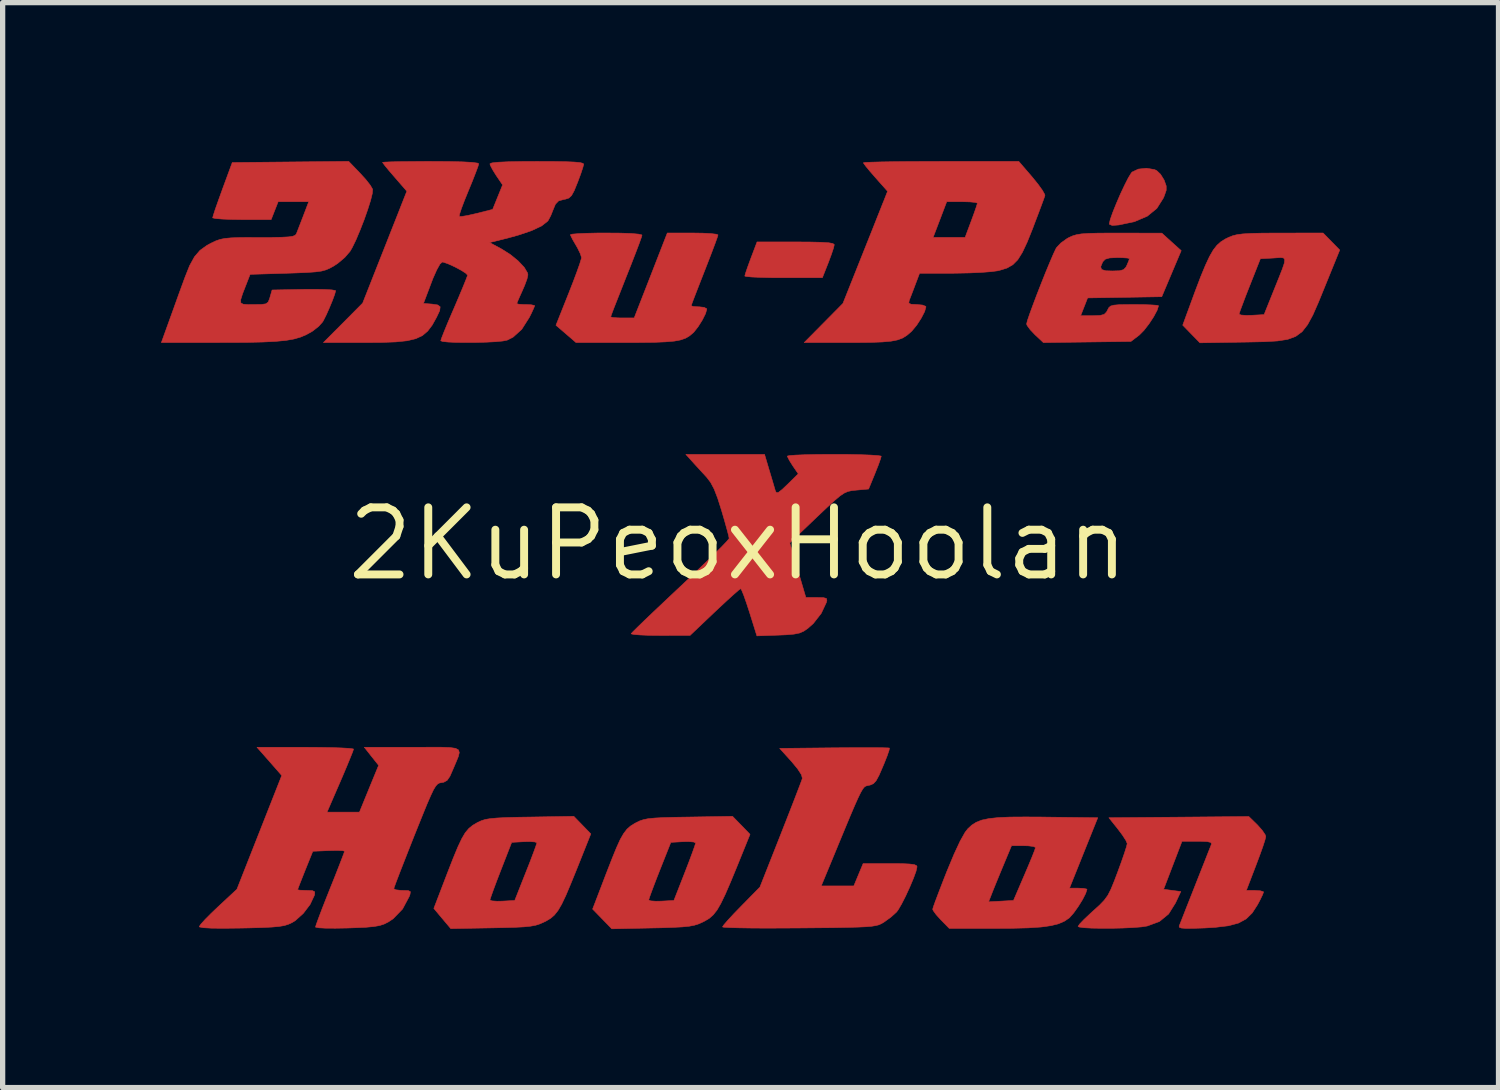
<source format=kicad_pcb>
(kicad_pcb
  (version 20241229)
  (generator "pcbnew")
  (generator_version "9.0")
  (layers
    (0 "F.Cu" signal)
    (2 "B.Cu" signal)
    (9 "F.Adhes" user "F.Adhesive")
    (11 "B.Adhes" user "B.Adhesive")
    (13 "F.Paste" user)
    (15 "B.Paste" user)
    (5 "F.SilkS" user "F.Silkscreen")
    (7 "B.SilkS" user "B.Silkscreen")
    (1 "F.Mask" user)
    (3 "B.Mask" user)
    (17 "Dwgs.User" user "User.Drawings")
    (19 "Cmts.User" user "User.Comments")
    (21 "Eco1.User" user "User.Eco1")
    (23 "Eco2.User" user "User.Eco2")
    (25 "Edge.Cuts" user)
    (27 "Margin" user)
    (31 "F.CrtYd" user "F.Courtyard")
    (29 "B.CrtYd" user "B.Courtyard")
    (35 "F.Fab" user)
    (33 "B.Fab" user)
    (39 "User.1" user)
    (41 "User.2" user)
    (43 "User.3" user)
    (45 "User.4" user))
  (footprint "2KuPeoxHoolan"
    (layer "F.Cu")
    (at 10.924 7.245)
    (property "Reference" "2KuPeoxHoolan" (at 0 0 0) (layer "F.SilkS") (effects (font (size 1.27 1.27) (thickness 0.15))))
    (attr through_hole)
    (fp_poly (pts (xy 1.371 -5.713) (xy 1.577 -5.708) (xy 1.715 -5.699) (xy 1.793 -5.685) (xy 1.82 -5.665) (xy 1.82 -5.663) (xy 1.806 -5.6) (xy 1.767 -5.483) (xy 1.713 -5.337) (xy 1.708 -5.324) (xy 1.595 -5.038) (xy 0.861 -5.038) (xy 0.622 -5.039) (xy 0.416 -5.044) (xy 0.256 -5.051) (xy 0.155 -5.061) (xy 0.126 -5.069) (xy 0.14 -5.122) (xy 0.177 -5.231) (xy 0.23 -5.376) (xy 0.242 -5.408) (xy 0.358 -5.715) (xy 1.089 -5.715) (xy 1.371 -5.713)) (stroke (width 0.01) (type solid)) (fill yes) (layer "F.Cu"))
    (fp_poly (pts (xy 7.881 -7.085) (xy 7.923 -7.066) (xy 7.996 -6.997) (xy 8.063 -6.889) (xy 8.069 -6.874) (xy 8.104 -6.775) (xy 8.104 -6.692) (xy 8.067 -6.585) (xy 8.05 -6.545) (xy 7.927 -6.35) (xy 7.747 -6.203) (xy 7.504 -6.099) (xy 7.207 -6.036) (xy 7.083 -6.027) (xy 7.03 -6.048) (xy 7.027 -6.061) (xy 7.045 -6.14) (xy 7.092 -6.274) (xy 7.159 -6.44) (xy 7.236 -6.619) (xy 7.316 -6.789) (xy 7.387 -6.929) (xy 7.443 -7.02) (xy 7.458 -7.038) (xy 7.577 -7.094) (xy 7.731 -7.11) (xy 7.881 -7.085)) (stroke (width 0.01) (type solid)) (fill yes) (layer "F.Cu"))
    (fp_poly (pts (xy 11.232 -5.723) (xy 11.389 -5.562) (xy 11.116 -4.891) (xy 10.988 -4.577) (xy 10.881 -4.333) (xy 10.781 -4.149) (xy 10.677 -4.016) (xy 10.555 -3.926) (xy 10.403 -3.87) (xy 10.209 -3.84) (xy 9.959 -3.826) (xy 9.64 -3.819) (xy 9.567 -3.818) (xy 8.742 -3.805) (xy 8.579 -3.972) (xy 8.417 -4.139) (xy 8.493 -4.348) (xy 9.484 -4.348) (xy 9.521 -4.331) (xy 9.62 -4.324) (xy 9.72 -4.326) (xy 9.957 -4.339) (xy 10.143 -4.802) (xy 10.238 -5.038) (xy 10.304 -5.206) (xy 10.341 -5.316) (xy 10.348 -5.381) (xy 10.325 -5.412) (xy 10.272 -5.419) (xy 10.189 -5.414) (xy 10.133 -5.41) (xy 9.887 -5.397) (xy 9.686 -4.889) (xy 9.61 -4.696) (xy 9.548 -4.531) (xy 9.503 -4.411) (xy 9.484 -4.35) (xy 9.484 -4.348) (xy 8.493 -4.348) (xy 8.523 -4.429) (xy 8.651 -4.778) (xy 8.757 -5.057) (xy 8.847 -5.274) (xy 8.924 -5.439) (xy 8.995 -5.562) (xy 9.065 -5.652) (xy 9.139 -5.718) (xy 9.222 -5.77) (xy 9.292 -5.804) (xy 9.363 -5.832) (xy 9.447 -5.853) (xy 9.556 -5.867) (xy 9.706 -5.876) (xy 9.908 -5.881) (xy 10.178 -5.883) (xy 10.268 -5.883) (xy 11.074 -5.884) (xy 11.232 -5.723)) (stroke (width 0.01) (type solid)) (fill yes) (layer "F.Cu"))
    (fp_poly (pts (xy 0.06 5.329) (xy 0.225 5.5) (xy -0.02 6.105) (xy -0.143 6.403) (xy -0.243 6.634) (xy -0.326 6.806) (xy -0.399 6.933) (xy -0.47 7.023) (xy -0.544 7.089) (xy -0.629 7.14) (xy -0.666 7.159) (xy -0.746 7.195) (xy -0.828 7.221) (xy -0.927 7.24) (xy -1.058 7.253) (xy -1.236 7.262) (xy -1.476 7.27) (xy -1.63 7.273) (xy -2.392 7.289) (xy -2.755 6.915) (xy -2.689 6.744) (xy -1.693 6.744) (xy -1.655 6.76) (xy -1.556 6.767) (xy -1.455 6.765) (xy -1.216 6.752) (xy -1.01 6.226) (xy -0.934 6.029) (xy -0.871 5.86) (xy -0.826 5.734) (xy -0.805 5.668) (xy -0.804 5.663) (xy -0.843 5.645) (xy -0.941 5.637) (xy -1.039 5.639) (xy -1.274 5.652) (xy -1.484 6.181) (xy -1.561 6.378) (xy -1.625 6.547) (xy -1.671 6.672) (xy -1.692 6.739) (xy -1.693 6.744) (xy -2.689 6.744) (xy -2.501 6.252) (xy -2.391 5.97) (xy -2.304 5.756) (xy -2.232 5.597) (xy -2.167 5.484) (xy -2.105 5.403) (xy -2.037 5.343) (xy -1.957 5.293) (xy -1.93 5.279) (xy -1.863 5.246) (xy -1.792 5.222) (xy -1.703 5.204) (xy -1.582 5.192) (xy -1.415 5.183) (xy -1.189 5.177) (xy -0.931 5.173) (xy -0.106 5.159) (xy 0.06 5.329)) (stroke (width 0.01) (type solid)) (fill yes) (layer "F.Cu"))
    (fp_poly (pts (xy -2.95 5.325) (xy -2.789 5.491) (xy -3.049 6.143) (xy -3.167 6.433) (xy -3.261 6.656) (xy -3.34 6.822) (xy -3.41 6.942) (xy -3.478 7.028) (xy -3.55 7.09) (xy -3.635 7.141) (xy -3.674 7.16) (xy -3.752 7.195) (xy -3.832 7.221) (xy -3.929 7.239) (xy -4.056 7.252) (xy -4.23 7.261) (xy -4.464 7.267) (xy -4.657 7.271) (xy -5.44 7.285) (xy -5.601 7.094) (xy -5.761 6.903) (xy -5.7 6.744) (xy -4.699 6.744) (xy -4.661 6.76) (xy -4.562 6.767) (xy -4.464 6.765) (xy -4.229 6.752) (xy -4.02 6.223) (xy -3.942 6.026) (xy -3.878 5.857) (xy -3.832 5.731) (xy -3.811 5.665) (xy -3.81 5.66) (xy -3.848 5.644) (xy -3.947 5.637) (xy -4.048 5.639) (xy -4.287 5.652) (xy -4.493 6.181) (xy -4.569 6.378) (xy -4.632 6.547) (xy -4.677 6.673) (xy -4.698 6.739) (xy -4.699 6.744) (xy -5.7 6.744) (xy -5.505 6.235) (xy -5.395 5.954) (xy -5.307 5.741) (xy -5.233 5.584) (xy -5.167 5.471) (xy -5.1 5.391) (xy -5.026 5.33) (xy -4.938 5.278) (xy -4.929 5.273) (xy -4.863 5.243) (xy -4.789 5.219) (xy -4.694 5.203) (xy -4.564 5.191) (xy -4.385 5.182) (xy -4.145 5.176) (xy -3.937 5.173) (xy -3.111 5.159) (xy -2.95 5.325)) (stroke (width 0.01) (type solid)) (fill yes) (layer "F.Cu"))
    (fp_poly (pts (xy 5.805 5.173) (xy 5.827 5.174) (xy 6.808 5.186) (xy 6.54 5.853) (xy 6.273 6.519) (xy 6.438 6.519) (xy 6.543 6.524) (xy 6.6 6.537) (xy 6.604 6.542) (xy 6.58 6.618) (xy 6.52 6.736) (xy 6.438 6.868) (xy 6.351 6.99) (xy 6.276 7.075) (xy 6.269 7.082) (xy 6.178 7.144) (xy 6.066 7.193) (xy 5.922 7.229) (xy 5.734 7.255) (xy 5.493 7.271) (xy 5.187 7.279) (xy 4.854 7.281) (xy 3.997 7.281) (xy 3.84 7.121) (xy 3.751 7.023) (xy 3.695 6.946) (xy 3.683 6.918) (xy 3.698 6.867) (xy 3.73 6.778) (xy 4.741 6.778) (xy 4.977 6.765) (xy 5.213 6.752) (xy 5.421 6.268) (xy 5.501 6.08) (xy 5.567 5.921) (xy 5.612 5.806) (xy 5.63 5.75) (xy 5.63 5.749) (xy 5.592 5.73) (xy 5.494 5.718) (xy 5.403 5.715) (xy 5.176 5.715) (xy 5.04 6.041) (xy 4.963 6.226) (xy 4.887 6.411) (xy 4.827 6.559) (xy 4.822 6.572) (xy 4.741 6.778) (xy 3.73 6.778) (xy 3.74 6.751) (xy 3.803 6.584) (xy 3.882 6.379) (xy 3.952 6.201) (xy 4.088 5.875) (xy 4.203 5.628) (xy 4.297 5.461) (xy 4.349 5.394) (xy 4.424 5.325) (xy 4.509 5.271) (xy 4.614 5.23) (xy 4.748 5.202) (xy 4.924 5.183) (xy 5.151 5.173) (xy 5.441 5.171) (xy 5.805 5.173)) (stroke (width 0.01) (type solid)) (fill yes) (layer "F.Cu"))
    (fp_poly (pts (xy 7.227 -5.883) (xy 8.022 -5.881) (xy 8.205 -5.715) (xy 8.388 -5.55) (xy 8.02 -4.678) (xy 7.318 -4.666) (xy 6.616 -4.655) (xy 6.55 -4.486) (xy 6.484 -4.318) (xy 6.714 -4.318) (xy 6.851 -4.323) (xy 6.929 -4.343) (xy 6.974 -4.388) (xy 6.993 -4.424) (xy 7.017 -4.47) (xy 7.052 -4.501) (xy 7.112 -4.518) (xy 7.215 -4.527) (xy 7.376 -4.529) (xy 7.5 -4.53) (xy 7.685 -4.528) (xy 7.835 -4.522) (xy 7.931 -4.515) (xy 7.959 -4.507) (xy 7.933 -4.423) (xy 7.868 -4.301) (xy 7.779 -4.165) (xy 7.683 -4.041) (xy 7.597 -3.954) (xy 7.592 -3.95) (xy 7.436 -3.831) (xy 6.607 -3.82) (xy 5.779 -3.809) (xy 5.62 -3.958) (xy 5.529 -4.054) (xy 5.471 -4.133) (xy 5.461 -4.162) (xy 5.476 -4.224) (xy 5.518 -4.348) (xy 5.58 -4.517) (xy 5.655 -4.716) (xy 5.738 -4.928) (xy 5.821 -5.137) (xy 5.866 -5.245) (xy 6.864 -5.245) (xy 6.88 -5.193) (xy 6.96 -5.169) (xy 7.084 -5.165) (xy 7.219 -5.169) (xy 7.296 -5.19) (xy 7.341 -5.237) (xy 7.359 -5.272) (xy 7.395 -5.357) (xy 7.408 -5.399) (xy 7.37 -5.41) (xy 7.271 -5.417) (xy 7.177 -5.419) (xy 7.033 -5.412) (xy 6.95 -5.388) (xy 6.904 -5.34) (xy 6.902 -5.337) (xy 6.864 -5.245) (xy 5.866 -5.245) (xy 5.9 -5.327) (xy 5.966 -5.481) (xy 6.014 -5.584) (xy 6.029 -5.609) (xy 6.11 -5.695) (xy 6.229 -5.78) (xy 6.264 -5.799) (xy 6.331 -5.829) (xy 6.404 -5.851) (xy 6.498 -5.867) (xy 6.626 -5.876) (xy 6.802 -5.881) (xy 7.04 -5.883) (xy 7.227 -5.883)) (stroke (width 0.01) (type solid)) (fill yes) (layer "F.Cu"))
    (fp_poly (pts (xy -0.671 -5.881) (xy -0.516 -5.873) (xy -0.414 -5.861) (xy -0.381 -5.848) (xy -0.396 -5.798) (xy -0.437 -5.684) (xy -0.499 -5.519) (xy -0.577 -5.317) (xy -0.635 -5.168) (xy -0.72 -4.951) (xy -0.793 -4.763) (xy -0.849 -4.618) (xy -0.882 -4.528) (xy -0.889 -4.506) (xy -0.852 -4.494) (xy -0.76 -4.487) (xy -0.741 -4.487) (xy -0.643 -4.476) (xy -0.594 -4.449) (xy -0.593 -4.443) (xy -0.617 -4.358) (xy -0.677 -4.238) (xy -0.756 -4.112) (xy -0.836 -4.01) (xy -0.853 -3.993) (xy -0.921 -3.936) (xy -0.996 -3.892) (xy -1.088 -3.86) (xy -1.21 -3.837) (xy -1.374 -3.823) (xy -1.59 -3.814) (xy -1.871 -3.811) (xy -2.13 -3.81) (xy -3.069 -3.81) (xy -3.259 -3.974) (xy -3.449 -4.137) (xy -3.206 -4.747) (xy -3.122 -4.962) (xy -3.051 -5.152) (xy -2.998 -5.302) (xy -2.969 -5.397) (xy -2.965 -5.419) (xy -2.987 -5.491) (xy -3.04 -5.6) (xy -3.07 -5.652) (xy -3.132 -5.758) (xy -3.17 -5.835) (xy -3.175 -5.853) (xy -3.135 -5.863) (xy -3.024 -5.872) (xy -2.858 -5.879) (xy -2.649 -5.884) (xy -2.498 -5.884) (xy -2.233 -5.882) (xy -2.027 -5.875) (xy -1.888 -5.863) (xy -1.824 -5.848) (xy -1.82 -5.843) (xy -1.835 -5.792) (xy -1.877 -5.675) (xy -1.941 -5.507) (xy -2.022 -5.298) (xy -2.115 -5.064) (xy -2.117 -5.059) (xy -2.209 -4.825) (xy -2.29 -4.62) (xy -2.355 -4.455) (xy -2.397 -4.343) (xy -2.413 -4.297) (xy -2.413 -4.296) (xy -2.375 -4.285) (xy -2.277 -4.277) (xy -2.19 -4.276) (xy -1.968 -4.276) (xy -1.654 -5.08) (xy -1.341 -5.884) (xy -0.861 -5.884) (xy -0.671 -5.881)) (stroke (width 0.01) (type solid)) (fill yes) (layer "F.Cu"))
    (fp_poly (pts (xy 2.577 3.859) (xy 2.741 3.861) (xy 2.84 3.864) (xy 2.865 3.867) (xy 2.857 3.91) (xy 2.822 4.012) (xy 2.766 4.154) (xy 2.74 4.216) (xy 2.668 4.382) (xy 2.612 4.485) (xy 2.56 4.541) (xy 2.5 4.567) (xy 2.478 4.572) (xy 2.445 4.578) (xy 2.416 4.587) (xy 2.387 4.607) (xy 2.356 4.647) (xy 2.318 4.713) (xy 2.269 4.814) (xy 2.205 4.957) (xy 2.123 5.149) (xy 2.019 5.399) (xy 1.889 5.713) (xy 1.779 5.98) (xy 1.573 6.477) (xy 2.19 6.477) (xy 2.278 6.265) (xy 2.366 6.054) (xy 2.876 6.054) (xy 3.098 6.055) (xy 3.247 6.062) (xy 3.337 6.074) (xy 3.379 6.094) (xy 3.387 6.114) (xy 3.368 6.198) (xy 3.319 6.333) (xy 3.25 6.497) (xy 3.172 6.667) (xy 3.094 6.82) (xy 3.027 6.934) (xy 2.997 6.973) (xy 2.895 7.065) (xy 2.77 7.156) (xy 2.752 7.168) (xy 2.71 7.192) (xy 2.664 7.213) (xy 2.605 7.228) (xy 2.525 7.241) (xy 2.414 7.25) (xy 2.263 7.257) (xy 2.062 7.262) (xy 1.802 7.267) (xy 1.475 7.27) (xy 1.154 7.273) (xy 0.813 7.275) (xy 0.5 7.276) (xy 0.226 7.274) (xy 0.000131 7.27) (xy -0.169 7.265) (xy -0.27 7.259) (xy -0.296 7.253) (xy -0.268 7.211) (xy -0.192 7.123) (xy -0.079 7.001) (xy 0.059 6.859) (xy 0.413 6.498) (xy 0.806 5.503) (xy 0.914 5.228) (xy 1.012 4.977) (xy 1.096 4.76) (xy 1.161 4.59) (xy 1.203 4.479) (xy 1.216 4.439) (xy 1.198 4.371) (xy 1.125 4.259) (xy 1.011 4.121) (xy 0.786 3.873) (xy 1.817 3.862) (xy 2.104 3.86) (xy 2.361 3.859) (xy 2.577 3.859)) (stroke (width 0.01) (type solid)) (fill yes) (layer "F.Cu"))
    (fp_poly (pts (xy 9.83 5.321) (xy 9.92 5.422) (xy 9.978 5.508) (xy 9.989 5.544) (xy 9.974 5.607) (xy 9.934 5.731) (xy 9.874 5.898) (xy 9.804 6.085) (xy 9.621 6.562) (xy 9.784 6.562) (xy 9.888 6.569) (xy 9.944 6.587) (xy 9.947 6.593) (xy 9.928 6.645) (xy 9.879 6.746) (xy 9.831 6.836) (xy 9.732 6.989) (xy 9.618 7.101) (xy 9.473 7.18) (xy 9.283 7.231) (xy 9.033 7.261) (xy 8.835 7.273) (xy 8.618 7.28) (xy 8.473 7.281) (xy 8.388 7.274) (xy 8.351 7.258) (xy 8.35 7.235) (xy 8.373 7.178) (xy 8.421 7.056) (xy 8.489 6.882) (xy 8.572 6.672) (xy 8.657 6.456) (xy 8.749 6.223) (xy 8.831 6.016) (xy 8.897 5.847) (xy 8.943 5.732) (xy 8.962 5.683) (xy 8.951 5.654) (xy 8.879 5.637) (xy 8.737 5.631) (xy 8.693 5.631) (xy 8.403 5.632) (xy 8.229 6.086) (xy 8.055 6.54) (xy 8.218 6.562) (xy 8.381 6.583) (xy 8.28 6.799) (xy 8.149 7.009) (xy 7.975 7.151) (xy 7.744 7.236) (xy 7.743 7.236) (xy 7.633 7.253) (xy 7.475 7.265) (xy 7.284 7.274) (xy 7.079 7.279) (xy 6.876 7.279) (xy 6.693 7.276) (xy 6.548 7.268) (xy 6.457 7.255) (xy 6.435 7.243) (xy 6.464 7.2) (xy 6.544 7.116) (xy 6.659 7.007) (xy 6.72 6.951) (xy 6.843 6.84) (xy 6.931 6.748) (xy 6.999 6.655) (xy 7.058 6.539) (xy 7.123 6.38) (xy 7.186 6.213) (xy 7.256 6.022) (xy 7.313 5.857) (xy 7.352 5.735) (xy 7.366 5.676) (xy 7.366 5.675) (xy 7.341 5.616) (xy 7.276 5.515) (xy 7.193 5.404) (xy 7.019 5.186) (xy 8.344 5.175) (xy 9.668 5.163) (xy 9.83 5.321)) (stroke (width 0.01) (type solid)) (fill yes) (layer "F.Cu"))
    (fp_poly (pts (xy 5.313 -7.239) (xy 5.567 -6.944) (xy 5.677 -6.808) (xy 5.76 -6.693) (xy 5.804 -6.614) (xy 5.808 -6.594) (xy 5.789 -6.537) (xy 5.745 -6.417) (xy 5.682 -6.249) (xy 5.606 -6.05) (xy 5.579 -5.977) (xy 5.473 -5.713) (xy 5.381 -5.517) (xy 5.294 -5.378) (xy 5.201 -5.284) (xy 5.091 -5.221) (xy 4.956 -5.179) (xy 4.91 -5.168) (xy 4.789 -5.152) (xy 4.605 -5.138) (xy 4.382 -5.128) (xy 4.14 -5.123) (xy 4.065 -5.122) (xy 3.435 -5.122) (xy 3.351 -4.9) (xy 3.299 -4.762) (xy 3.255 -4.649) (xy 3.238 -4.604) (xy 3.231 -4.557) (xy 3.273 -4.535) (xy 3.38 -4.53) (xy 3.382 -4.53) (xy 3.49 -4.52) (xy 3.551 -4.496) (xy 3.556 -4.486) (xy 3.531 -4.397) (xy 3.467 -4.273) (xy 3.382 -4.141) (xy 3.291 -4.031) (xy 3.274 -4.014) (xy 3.197 -3.948) (xy 3.117 -3.897) (xy 3.021 -3.861) (xy 2.896 -3.836) (xy 2.73 -3.821) (xy 2.51 -3.813) (xy 2.222 -3.81) (xy 2.083 -3.81) (xy 1.251 -3.81) (xy 1.617 -4.18) (xy 1.984 -4.551) (xy 2.33 -5.419) (xy 2.436 -5.685) (xy 2.482 -5.8) (xy 3.691 -5.8) (xy 4.297 -5.801) (xy 4.413 -6.111) (xy 4.468 -6.261) (xy 4.509 -6.379) (xy 4.529 -6.444) (xy 4.53 -6.449) (xy 4.491 -6.463) (xy 4.389 -6.473) (xy 4.246 -6.477) (xy 4.239 -6.477) (xy 3.949 -6.477) (xy 3.82 -6.138) (xy 3.691 -5.8) (xy 2.482 -5.8) (xy 2.537 -5.937) (xy 2.625 -6.16) (xy 2.696 -6.338) (xy 2.743 -6.457) (xy 2.753 -6.48) (xy 2.829 -6.674) (xy 2.6 -6.932) (xy 2.494 -7.054) (xy 2.414 -7.151) (xy 2.373 -7.208) (xy 2.371 -7.214) (xy 2.411 -7.22) (xy 2.527 -7.225) (xy 2.708 -7.23) (xy 2.945 -7.234) (xy 3.229 -7.237) (xy 3.549 -7.238) (xy 3.842 -7.239) (xy 5.313 -7.239)) (stroke (width 0.01) (type solid)) (fill yes) (layer "F.Cu"))
    (fp_poly (pts (xy 0.591 -1.386) (xy 0.639 -1.226) (xy 0.679 -1.09) (xy 0.704 -1.005) (xy 0.705 -1.001) (xy 0.725 -0.967) (xy 0.764 -0.974) (xy 0.835 -1.03) (xy 0.933 -1.123) (xy 1.138 -1.325) (xy 1.034 -1.477) (xy 0.971 -1.577) (xy 0.935 -1.648) (xy 0.931 -1.661) (xy 0.972 -1.67) (xy 1.084 -1.679) (xy 1.257 -1.686) (xy 1.477 -1.691) (xy 1.732 -1.693) (xy 1.82 -1.693) (xy 2.084 -1.692) (xy 2.317 -1.687) (xy 2.506 -1.68) (xy 2.64 -1.671) (xy 2.705 -1.661) (xy 2.709 -1.657) (xy 2.694 -1.603) (xy 2.655 -1.493) (xy 2.598 -1.35) (xy 2.59 -1.329) (xy 2.47 -1.037) (xy 2.237 -1.016) (xy 2.149 -1.007) (xy 2.076 -0.99) (xy 2.006 -0.959) (xy 1.925 -0.904) (xy 1.821 -0.816) (xy 1.681 -0.687) (xy 1.492 -0.508) (xy 1.49 -0.506) (xy 0.978 -0.017) (xy 1.13 0.5) (xy 1.282 1.016) (xy 1.49 1.016) (xy 1.614 1.019) (xy 1.671 1.034) (xy 1.68 1.071) (xy 1.67 1.111) (xy 1.574 1.316) (xy 1.424 1.508) (xy 1.322 1.599) (xy 1.243 1.654) (xy 1.162 1.689) (xy 1.058 1.71) (xy 0.908 1.723) (xy 0.763 1.729) (xy 0.355 1.743) (xy 0.215 1.295) (xy 0.156 1.115) (xy 0.105 0.971) (xy 0.066 0.876) (xy 0.048 0.849) (xy 0.009 0.877) (xy -0.079 0.954) (xy -0.206 1.069) (xy -0.36 1.212) (xy -0.445 1.292) (xy -0.91 1.734) (xy -1.475 1.735) (xy -1.681 1.733) (xy -1.851 1.726) (xy -1.97 1.717) (xy -2.024 1.705) (xy -2.025 1.701) (xy -1.992 1.665) (xy -1.904 1.578) (xy -1.77 1.448) (xy -1.597 1.283) (xy -1.394 1.091) (xy -1.167 0.877) (xy -1.09 0.805) (xy -0.858 0.586) (xy -0.648 0.385) (xy -0.466 0.208) (xy -0.321 0.065) (xy -0.221 -0.039) (xy -0.173 -0.096) (xy -0.17 -0.103) (xy -0.181 -0.159) (xy -0.213 -0.279) (xy -0.259 -0.444) (xy -0.313 -0.629) (xy -0.388 -0.865) (xy -0.454 -1.036) (xy -0.52 -1.161) (xy -0.594 -1.258) (xy -0.599 -1.264) (xy -0.716 -1.391) (xy -0.835 -1.521) (xy -0.866 -1.556) (xy -0.99 -1.693) (xy 0.5 -1.693) (xy 0.591 -1.386)) (stroke (width 0.01) (type solid)) (fill yes) (layer "F.Cu"))
    (fp_poly (pts (xy -7.158 -7.017) (xy -7.048 -6.896) (xy -6.963 -6.787) (xy -6.92 -6.713) (xy -6.919 -6.71) (xy -6.925 -6.635) (xy -6.958 -6.501) (xy -7.013 -6.327) (xy -7.082 -6.131) (xy -7.159 -5.934) (xy -7.236 -5.751) (xy -7.308 -5.604) (xy -7.347 -5.537) (xy -7.445 -5.423) (xy -7.58 -5.309) (xy -7.651 -5.262) (xy -7.73 -5.218) (xy -7.804 -5.186) (xy -7.888 -5.163) (xy -7.999 -5.148) (xy -8.152 -5.137) (xy -8.364 -5.128) (xy -8.546 -5.122) (xy -9.239 -5.101) (xy -9.313 -4.911) (xy -9.382 -4.734) (xy -9.417 -4.622) (xy -9.415 -4.561) (xy -9.368 -4.535) (xy -9.273 -4.529) (xy -9.174 -4.53) (xy -9.027 -4.531) (xy -8.942 -4.543) (xy -8.898 -4.575) (xy -8.872 -4.636) (xy -8.863 -4.667) (xy -8.823 -4.805) (xy -8.222 -4.817) (xy -8.005 -4.818) (xy -7.823 -4.815) (xy -7.692 -4.807) (xy -7.625 -4.795) (xy -7.62 -4.79) (xy -7.637 -4.725) (xy -7.679 -4.61) (xy -7.736 -4.472) (xy -7.796 -4.336) (xy -7.85 -4.229) (xy -7.865 -4.202) (xy -7.941 -4.117) (xy -8.05 -4.031) (xy -8.07 -4.018) (xy -8.174 -3.96) (xy -8.284 -3.913) (xy -8.41 -3.877) (xy -8.564 -3.85) (xy -8.756 -3.832) (xy -8.996 -3.82) (xy -9.297 -3.813) (xy -9.668 -3.811) (xy -9.788 -3.811) (xy -10.919 -3.81) (xy -10.755 -4.265) (xy -10.674 -4.489) (xy -10.59 -4.724) (xy -10.513 -4.934) (xy -10.476 -5.036) (xy -10.384 -5.267) (xy -10.292 -5.434) (xy -10.188 -5.555) (xy -10.056 -5.65) (xy -9.974 -5.694) (xy -9.89 -5.734) (xy -9.81 -5.762) (xy -9.719 -5.781) (xy -9.6 -5.792) (xy -9.437 -5.798) (xy -9.213 -5.8) (xy -9.077 -5.8) (xy -8.819 -5.8) (xy -8.633 -5.804) (xy -8.507 -5.811) (xy -8.429 -5.823) (xy -8.385 -5.842) (xy -8.363 -5.868) (xy -8.361 -5.874) (xy -8.331 -5.951) (xy -8.282 -6.078) (xy -8.23 -6.212) (xy -8.129 -6.477) (xy -8.708 -6.477) (xy -8.841 -6.138) (xy -9.395 -6.138) (xy -9.6 -6.141) (xy -9.771 -6.148) (xy -9.892 -6.158) (xy -9.947 -6.17) (xy -9.948 -6.173) (xy -9.934 -6.224) (xy -9.897 -6.338) (xy -9.84 -6.499) (xy -9.771 -6.69) (xy -9.763 -6.713) (xy -9.577 -7.218) (xy -7.373 -7.24) (xy -7.158 -7.017)) (stroke (width 0.01) (type solid)) (fill yes) (layer "F.Cu"))
    (fp_poly (pts (xy -5.455 3.857) (xy -5.349 3.872) (xy -5.293 3.903) (xy -5.279 3.953) (xy -5.297 4.027) (xy -5.339 4.13) (xy -5.396 4.264) (xy -5.457 4.403) (xy -5.51 4.479) (xy -5.571 4.513) (xy -5.616 4.521) (xy -5.654 4.528) (xy -5.689 4.547) (xy -5.725 4.587) (xy -5.768 4.657) (xy -5.82 4.767) (xy -5.889 4.925) (xy -5.977 5.141) (xy -6.091 5.424) (xy -6.128 5.516) (xy -6.235 5.787) (xy -6.331 6.032) (xy -6.412 6.239) (xy -6.473 6.399) (xy -6.51 6.5) (xy -6.519 6.53) (xy -6.482 6.55) (xy -6.388 6.561) (xy -6.351 6.562) (xy -6.244 6.565) (xy -6.204 6.586) (xy -6.213 6.641) (xy -6.227 6.678) (xy -6.353 6.914) (xy -6.532 7.099) (xy -6.624 7.16) (xy -6.702 7.199) (xy -6.788 7.227) (xy -6.898 7.246) (xy -7.049 7.26) (xy -7.259 7.269) (xy -7.397 7.274) (xy -7.623 7.278) (xy -7.807 7.277) (xy -7.937 7.27) (xy -7.998 7.258) (xy -8.001 7.254) (xy -7.986 7.204) (xy -7.944 7.089) (xy -7.881 6.922) (xy -7.801 6.718) (xy -7.726 6.529) (xy -7.636 6.305) (xy -7.559 6.108) (xy -7.499 5.953) (xy -7.461 5.852) (xy -7.451 5.819) (xy -7.489 5.809) (xy -7.591 5.805) (xy -7.736 5.808) (xy -7.751 5.808) (xy -8.052 5.821) (xy -8.196 6.178) (xy -8.259 6.337) (xy -8.308 6.462) (xy -8.336 6.536) (xy -8.34 6.549) (xy -8.302 6.557) (xy -8.208 6.561) (xy -8.167 6.562) (xy -8.059 6.566) (xy -8.016 6.588) (xy -8.018 6.639) (xy -8.023 6.657) (xy -8.103 6.827) (xy -8.232 6.997) (xy -8.384 7.134) (xy -8.445 7.171) (xy -8.514 7.203) (xy -8.591 7.227) (xy -8.691 7.244) (xy -8.826 7.256) (xy -9.011 7.265) (xy -9.26 7.272) (xy -9.409 7.275) (xy -9.728 7.279) (xy -9.967 7.277) (xy -10.123 7.268) (xy -10.196 7.254) (xy -10.202 7.247) (xy -10.173 7.203) (xy -10.093 7.114) (xy -9.976 6.996) (xy -9.846 6.872) (xy -9.489 6.54) (xy -8.64 4.386) (xy -8.874 4.119) (xy -9.109 3.852) (xy -8.195 3.852) (xy -7.927 3.854) (xy -7.69 3.858) (xy -7.497 3.865) (xy -7.359 3.873) (xy -7.288 3.883) (xy -7.281 3.887) (xy -7.297 3.937) (xy -7.342 4.049) (xy -7.408 4.21) (xy -7.49 4.404) (xy -7.532 4.501) (xy -7.783 5.08) (xy -7.169 5.08) (xy -6.988 4.637) (xy -6.806 4.194) (xy -6.942 4.023) (xy -7.077 3.852) (xy -6.16 3.852) (xy -5.852 3.851) (xy -5.62 3.851) (xy -5.455 3.857)) (stroke (width 0.01) (type solid)) (fill yes) (layer "F.Cu"))
    (fp_poly (pts (xy -3.499 -7.238) (xy -3.265 -7.234) (xy -3.098 -7.227) (xy -2.991 -7.217) (xy -2.936 -7.202) (xy -2.924 -7.186) (xy -2.94 -7.123) (xy -2.979 -7.005) (xy -3.034 -6.857) (xy -3.042 -6.837) (xy -3.104 -6.684) (xy -3.154 -6.593) (xy -3.204 -6.546) (xy -3.271 -6.524) (xy -3.3 -6.519) (xy -3.399 -6.492) (xy -3.459 -6.429) (xy -3.499 -6.333) (xy -3.547 -6.213) (xy -3.596 -6.121) (xy -3.606 -6.108) (xy -3.72 -6.018) (xy -3.911 -5.928) (xy -4.17 -5.841) (xy -4.337 -5.795) (xy -4.705 -5.703) (xy -4.48 -5.582) (xy -4.312 -5.476) (xy -4.163 -5.354) (xy -4.049 -5.233) (xy -3.987 -5.128) (xy -3.98 -5.091) (xy -3.997 -5.013) (xy -4.042 -4.891) (xy -4.086 -4.79) (xy -4.142 -4.666) (xy -4.18 -4.577) (xy -4.191 -4.547) (xy -4.153 -4.536) (xy -4.059 -4.53) (xy -4.022 -4.53) (xy -3.916 -4.525) (xy -3.857 -4.512) (xy -3.852 -4.507) (xy -3.87 -4.46) (xy -3.915 -4.362) (xy -3.954 -4.285) (xy -4.097 -4.06) (xy -4.262 -3.911) (xy -4.374 -3.855) (xy -4.455 -3.839) (xy -4.592 -3.826) (xy -4.767 -3.817) (xy -4.964 -3.812) (xy -5.163 -3.811) (xy -5.346 -3.813) (xy -5.497 -3.82) (xy -5.598 -3.831) (xy -5.63 -3.845) (xy -5.614 -3.894) (xy -5.57 -4.007) (xy -5.504 -4.168) (xy -5.421 -4.363) (xy -5.376 -4.466) (xy -5.288 -4.673) (xy -5.213 -4.852) (xy -5.157 -4.99) (xy -5.126 -5.071) (xy -5.122 -5.087) (xy -5.157 -5.123) (xy -5.245 -5.179) (xy -5.36 -5.241) (xy -5.478 -5.295) (xy -5.571 -5.329) (xy -5.602 -5.334) (xy -5.645 -5.295) (xy -5.706 -5.186) (xy -5.78 -5.019) (xy -5.809 -4.942) (xy -5.957 -4.551) (xy -5.794 -4.538) (xy -5.687 -4.522) (xy -5.641 -4.487) (xy -5.65 -4.414) (xy -5.71 -4.287) (xy -5.711 -4.285) (xy -5.793 -4.138) (xy -5.878 -4.026) (xy -5.977 -3.942) (xy -6.103 -3.883) (xy -6.267 -3.844) (xy -6.481 -3.822) (xy -6.758 -3.812) (xy -7.057 -3.81) (xy -7.851 -3.81) (xy -7.479 -4.183) (xy -7.108 -4.557) (xy -6.775 -5.401) (xy -6.67 -5.666) (xy -6.571 -5.918) (xy -6.482 -6.142) (xy -6.411 -6.322) (xy -6.364 -6.443) (xy -6.357 -6.46) (xy -6.272 -6.675) (xy -6.501 -6.939) (xy -6.607 -7.062) (xy -6.687 -7.159) (xy -6.728 -7.214) (xy -6.731 -7.221) (xy -6.691 -7.226) (xy -6.578 -7.231) (xy -6.405 -7.235) (xy -6.184 -7.237) (xy -5.927 -7.239) (xy -5.821 -7.239) (xy -5.48 -7.237) (xy -5.217 -7.231) (xy -5.034 -7.221) (xy -4.932 -7.207) (xy -4.911 -7.195) (xy -4.926 -7.141) (xy -4.969 -7.026) (xy -5.031 -6.867) (xy -5.106 -6.685) (xy -5.18 -6.503) (xy -5.238 -6.35) (xy -5.273 -6.243) (xy -5.281 -6.198) (xy -5.281 -6.198) (xy -5.233 -6.197) (xy -5.124 -6.215) (xy -4.978 -6.248) (xy -4.953 -6.254) (xy -4.647 -6.331) (xy -4.553 -6.563) (xy -4.459 -6.795) (xy -4.579 -6.971) (xy -4.648 -7.082) (xy -4.692 -7.167) (xy -4.699 -7.194) (xy -4.661 -7.211) (xy -4.544 -7.224) (xy -4.348 -7.233) (xy -4.07 -7.238) (xy -3.81 -7.239) (xy -3.499 -7.238)) (stroke (width 0.01) (type solid)) (fill yes) (layer "F.Cu"))
    (fp_poly (pts (xy 1.371 -5.713) (xy 1.577 -5.708) (xy 1.715 -5.699) (xy 1.793 -5.685) (xy 1.82 -5.665) (xy 1.82 -5.663) (xy 1.806 -5.6) (xy 1.767 -5.483) (xy 1.713 -5.337) (xy 1.708 -5.324) (xy 1.595 -5.038) (xy 0.861 -5.038) (xy 0.622 -5.039) (xy 0.416 -5.044) (xy 0.256 -5.051) (xy 0.155 -5.061) (xy 0.126 -5.069) (xy 0.14 -5.122) (xy 0.177 -5.231) (xy 0.23 -5.376) (xy 0.242 -5.408) (xy 0.358 -5.715) (xy 1.089 -5.715) (xy 1.371 -5.713)) (stroke (width 0.01) (type solid)) (fill yes) (layer "F.Mask"))
    (fp_poly (pts (xy 7.881 -7.085) (xy 7.923 -7.066) (xy 7.996 -6.997) (xy 8.063 -6.889) (xy 8.069 -6.874) (xy 8.104 -6.775) (xy 8.104 -6.692) (xy 8.067 -6.585) (xy 8.05 -6.545) (xy 7.927 -6.35) (xy 7.747 -6.203) (xy 7.504 -6.099) (xy 7.207 -6.036) (xy 7.083 -6.027) (xy 7.03 -6.048) (xy 7.027 -6.061) (xy 7.045 -6.14) (xy 7.092 -6.274) (xy 7.159 -6.44) (xy 7.236 -6.619) (xy 7.316 -6.789) (xy 7.387 -6.929) (xy 7.443 -7.02) (xy 7.458 -7.038) (xy 7.577 -7.094) (xy 7.731 -7.11) (xy 7.881 -7.085)) (stroke (width 0.01) (type solid)) (fill yes) (layer "F.Mask"))
    (fp_poly (pts (xy 11.232 -5.723) (xy 11.389 -5.562) (xy 11.116 -4.891) (xy 10.988 -4.577) (xy 10.881 -4.333) (xy 10.781 -4.149) (xy 10.677 -4.016) (xy 10.555 -3.926) (xy 10.403 -3.87) (xy 10.209 -3.84) (xy 9.959 -3.826) (xy 9.64 -3.819) (xy 9.567 -3.818) (xy 8.742 -3.805) (xy 8.579 -3.972) (xy 8.417 -4.139) (xy 8.493 -4.348) (xy 9.484 -4.348) (xy 9.521 -4.331) (xy 9.62 -4.324) (xy 9.72 -4.326) (xy 9.957 -4.339) (xy 10.143 -4.802) (xy 10.238 -5.038) (xy 10.304 -5.206) (xy 10.341 -5.316) (xy 10.348 -5.381) (xy 10.325 -5.412) (xy 10.272 -5.419) (xy 10.189 -5.414) (xy 10.133 -5.41) (xy 9.887 -5.397) (xy 9.686 -4.889) (xy 9.61 -4.696) (xy 9.548 -4.531) (xy 9.503 -4.411) (xy 9.484 -4.35) (xy 9.484 -4.348) (xy 8.493 -4.348) (xy 8.523 -4.429) (xy 8.651 -4.778) (xy 8.757 -5.057) (xy 8.847 -5.274) (xy 8.924 -5.439) (xy 8.995 -5.562) (xy 9.065 -5.652) (xy 9.139 -5.718) (xy 9.222 -5.77) (xy 9.292 -5.804) (xy 9.363 -5.832) (xy 9.447 -5.853) (xy 9.556 -5.867) (xy 9.706 -5.876) (xy 9.908 -5.881) (xy 10.178 -5.883) (xy 10.268 -5.883) (xy 11.074 -5.884) (xy 11.232 -5.723)) (stroke (width 0.01) (type solid)) (fill yes) (layer "F.Mask"))
    (fp_poly (pts (xy 0.06 5.329) (xy 0.225 5.5) (xy -0.02 6.105) (xy -0.143 6.403) (xy -0.243 6.634) (xy -0.326 6.806) (xy -0.399 6.933) (xy -0.47 7.023) (xy -0.544 7.089) (xy -0.629 7.14) (xy -0.666 7.159) (xy -0.746 7.195) (xy -0.828 7.221) (xy -0.927 7.24) (xy -1.058 7.253) (xy -1.236 7.262) (xy -1.476 7.27) (xy -1.63 7.273) (xy -2.392 7.289) (xy -2.755 6.915) (xy -2.689 6.744) (xy -1.693 6.744) (xy -1.655 6.76) (xy -1.556 6.767) (xy -1.455 6.765) (xy -1.216 6.752) (xy -1.01 6.226) (xy -0.934 6.029) (xy -0.871 5.86) (xy -0.826 5.734) (xy -0.805 5.668) (xy -0.804 5.663) (xy -0.843 5.645) (xy -0.941 5.637) (xy -1.039 5.639) (xy -1.274 5.652) (xy -1.484 6.181) (xy -1.561 6.378) (xy -1.625 6.547) (xy -1.671 6.672) (xy -1.692 6.739) (xy -1.693 6.744) (xy -2.689 6.744) (xy -2.501 6.252) (xy -2.391 5.97) (xy -2.304 5.756) (xy -2.232 5.597) (xy -2.167 5.484) (xy -2.105 5.403) (xy -2.037 5.343) (xy -1.957 5.293) (xy -1.93 5.279) (xy -1.863 5.246) (xy -1.792 5.222) (xy -1.703 5.204) (xy -1.582 5.192) (xy -1.415 5.183) (xy -1.189 5.177) (xy -0.931 5.173) (xy -0.106 5.159) (xy 0.06 5.329)) (stroke (width 0.01) (type solid)) (fill yes) (layer "F.Mask"))
    (fp_poly (pts (xy -2.95 5.325) (xy -2.789 5.491) (xy -3.049 6.143) (xy -3.167 6.433) (xy -3.261 6.656) (xy -3.34 6.822) (xy -3.41 6.942) (xy -3.478 7.028) (xy -3.55 7.09) (xy -3.635 7.141) (xy -3.674 7.16) (xy -3.752 7.195) (xy -3.832 7.221) (xy -3.929 7.239) (xy -4.056 7.252) (xy -4.23 7.261) (xy -4.464 7.267) (xy -4.657 7.271) (xy -5.44 7.285) (xy -5.601 7.094) (xy -5.761 6.903) (xy -5.7 6.744) (xy -4.699 6.744) (xy -4.661 6.76) (xy -4.562 6.767) (xy -4.464 6.765) (xy -4.229 6.752) (xy -4.02 6.223) (xy -3.942 6.026) (xy -3.878 5.857) (xy -3.832 5.731) (xy -3.811 5.665) (xy -3.81 5.66) (xy -3.848 5.644) (xy -3.947 5.637) (xy -4.048 5.639) (xy -4.287 5.652) (xy -4.493 6.181) (xy -4.569 6.378) (xy -4.632 6.547) (xy -4.677 6.673) (xy -4.698 6.739) (xy -4.699 6.744) (xy -5.7 6.744) (xy -5.505 6.235) (xy -5.395 5.954) (xy -5.307 5.741) (xy -5.233 5.584) (xy -5.167 5.471) (xy -5.1 5.391) (xy -5.026 5.33) (xy -4.938 5.278) (xy -4.929 5.273) (xy -4.863 5.243) (xy -4.789 5.219) (xy -4.694 5.203) (xy -4.564 5.191) (xy -4.385 5.182) (xy -4.145 5.176) (xy -3.937 5.173) (xy -3.111 5.159) (xy -2.95 5.325)) (stroke (width 0.01) (type solid)) (fill yes) (layer "F.Mask"))
    (fp_poly (pts (xy 5.805 5.173) (xy 5.827 5.174) (xy 6.808 5.186) (xy 6.54 5.853) (xy 6.273 6.519) (xy 6.438 6.519) (xy 6.543 6.524) (xy 6.6 6.537) (xy 6.604 6.542) (xy 6.58 6.618) (xy 6.52 6.736) (xy 6.438 6.868) (xy 6.351 6.99) (xy 6.276 7.075) (xy 6.269 7.082) (xy 6.178 7.144) (xy 6.066 7.193) (xy 5.922 7.229) (xy 5.734 7.255) (xy 5.493 7.271) (xy 5.187 7.279) (xy 4.854 7.281) (xy 3.997 7.281) (xy 3.84 7.121) (xy 3.751 7.023) (xy 3.695 6.946) (xy 3.683 6.918) (xy 3.698 6.867) (xy 3.73 6.778) (xy 4.741 6.778) (xy 4.977 6.765) (xy 5.213 6.752) (xy 5.421 6.268) (xy 5.501 6.08) (xy 5.567 5.921) (xy 5.612 5.806) (xy 5.63 5.75) (xy 5.63 5.749) (xy 5.592 5.73) (xy 5.494 5.718) (xy 5.403 5.715) (xy 5.176 5.715) (xy 5.04 6.041) (xy 4.963 6.226) (xy 4.887 6.411) (xy 4.827 6.559) (xy 4.822 6.572) (xy 4.741 6.778) (xy 3.73 6.778) (xy 3.74 6.751) (xy 3.803 6.584) (xy 3.882 6.379) (xy 3.952 6.201) (xy 4.088 5.875) (xy 4.203 5.628) (xy 4.297 5.461) (xy 4.349 5.394) (xy 4.424 5.325) (xy 4.509 5.271) (xy 4.614 5.23) (xy 4.748 5.202) (xy 4.924 5.183) (xy 5.151 5.173) (xy 5.441 5.171) (xy 5.805 5.173)) (stroke (width 0.01) (type solid)) (fill yes) (layer "F.Mask"))
    (fp_poly (pts (xy 7.227 -5.883) (xy 8.022 -5.881) (xy 8.205 -5.715) (xy 8.388 -5.55) (xy 8.02 -4.678) (xy 7.318 -4.666) (xy 6.616 -4.655) (xy 6.55 -4.486) (xy 6.484 -4.318) (xy 6.714 -4.318) (xy 6.851 -4.323) (xy 6.929 -4.343) (xy 6.974 -4.388) (xy 6.993 -4.424) (xy 7.017 -4.47) (xy 7.052 -4.501) (xy 7.112 -4.518) (xy 7.215 -4.527) (xy 7.376 -4.529) (xy 7.5 -4.53) (xy 7.685 -4.528) (xy 7.835 -4.522) (xy 7.931 -4.515) (xy 7.959 -4.507) (xy 7.933 -4.423) (xy 7.868 -4.301) (xy 7.779 -4.165) (xy 7.683 -4.041) (xy 7.597 -3.954) (xy 7.592 -3.95) (xy 7.436 -3.831) (xy 6.607 -3.82) (xy 5.779 -3.809) (xy 5.62 -3.958) (xy 5.529 -4.054) (xy 5.471 -4.133) (xy 5.461 -4.162) (xy 5.476 -4.224) (xy 5.518 -4.348) (xy 5.58 -4.517) (xy 5.655 -4.716) (xy 5.738 -4.928) (xy 5.821 -5.137) (xy 5.866 -5.245) (xy 6.864 -5.245) (xy 6.88 -5.193) (xy 6.96 -5.169) (xy 7.084 -5.165) (xy 7.219 -5.169) (xy 7.296 -5.19) (xy 7.341 -5.237) (xy 7.359 -5.272) (xy 7.395 -5.357) (xy 7.408 -5.399) (xy 7.37 -5.41) (xy 7.271 -5.417) (xy 7.177 -5.419) (xy 7.033 -5.412) (xy 6.95 -5.388) (xy 6.904 -5.34) (xy 6.902 -5.337) (xy 6.864 -5.245) (xy 5.866 -5.245) (xy 5.9 -5.327) (xy 5.966 -5.481) (xy 6.014 -5.584) (xy 6.029 -5.609) (xy 6.11 -5.695) (xy 6.229 -5.78) (xy 6.264 -5.799) (xy 6.331 -5.829) (xy 6.404 -5.851) (xy 6.498 -5.867) (xy 6.626 -5.876) (xy 6.802 -5.881) (xy 7.04 -5.883) (xy 7.227 -5.883)) (stroke (width 0.01) (type solid)) (fill yes) (layer "F.Mask"))
    (fp_poly (pts (xy -0.671 -5.881) (xy -0.516 -5.873) (xy -0.414 -5.861) (xy -0.381 -5.848) (xy -0.396 -5.798) (xy -0.437 -5.684) (xy -0.499 -5.519) (xy -0.577 -5.317) (xy -0.635 -5.168) (xy -0.72 -4.951) (xy -0.793 -4.763) (xy -0.849 -4.618) (xy -0.882 -4.528) (xy -0.889 -4.506) (xy -0.852 -4.494) (xy -0.76 -4.487) (xy -0.741 -4.487) (xy -0.643 -4.476) (xy -0.594 -4.449) (xy -0.593 -4.443) (xy -0.617 -4.358) (xy -0.677 -4.238) (xy -0.756 -4.112) (xy -0.836 -4.01) (xy -0.853 -3.993) (xy -0.921 -3.936) (xy -0.996 -3.892) (xy -1.088 -3.86) (xy -1.21 -3.837) (xy -1.374 -3.823) (xy -1.59 -3.814) (xy -1.871 -3.811) (xy -2.13 -3.81) (xy -3.069 -3.81) (xy -3.259 -3.974) (xy -3.449 -4.137) (xy -3.206 -4.747) (xy -3.122 -4.962) (xy -3.051 -5.152) (xy -2.998 -5.302) (xy -2.969 -5.397) (xy -2.965 -5.419) (xy -2.987 -5.491) (xy -3.04 -5.6) (xy -3.07 -5.652) (xy -3.132 -5.758) (xy -3.17 -5.835) (xy -3.175 -5.853) (xy -3.135 -5.863) (xy -3.024 -5.872) (xy -2.858 -5.879) (xy -2.649 -5.884) (xy -2.498 -5.884) (xy -2.233 -5.882) (xy -2.027 -5.875) (xy -1.888 -5.863) (xy -1.824 -5.848) (xy -1.82 -5.843) (xy -1.835 -5.792) (xy -1.877 -5.675) (xy -1.941 -5.507) (xy -2.022 -5.298) (xy -2.115 -5.064) (xy -2.117 -5.059) (xy -2.209 -4.825) (xy -2.29 -4.62) (xy -2.355 -4.455) (xy -2.397 -4.343) (xy -2.413 -4.297) (xy -2.413 -4.296) (xy -2.375 -4.285) (xy -2.277 -4.277) (xy -2.19 -4.276) (xy -1.968 -4.276) (xy -1.654 -5.08) (xy -1.341 -5.884) (xy -0.861 -5.884) (xy -0.671 -5.881)) (stroke (width 0.01) (type solid)) (fill yes) (layer "F.Mask"))
    (fp_poly (pts (xy 2.577 3.859) (xy 2.741 3.861) (xy 2.84 3.864) (xy 2.865 3.867) (xy 2.857 3.91) (xy 2.822 4.012) (xy 2.766 4.154) (xy 2.74 4.216) (xy 2.668 4.382) (xy 2.612 4.485) (xy 2.56 4.541) (xy 2.5 4.567) (xy 2.478 4.572) (xy 2.445 4.578) (xy 2.416 4.587) (xy 2.387 4.607) (xy 2.356 4.647) (xy 2.318 4.713) (xy 2.269 4.814) (xy 2.205 4.957) (xy 2.123 5.149) (xy 2.019 5.399) (xy 1.889 5.713) (xy 1.779 5.98) (xy 1.573 6.477) (xy 2.19 6.477) (xy 2.278 6.265) (xy 2.366 6.054) (xy 2.876 6.054) (xy 3.098 6.055) (xy 3.247 6.062) (xy 3.337 6.074) (xy 3.379 6.094) (xy 3.387 6.114) (xy 3.368 6.198) (xy 3.319 6.333) (xy 3.25 6.497) (xy 3.172 6.667) (xy 3.094 6.82) (xy 3.027 6.934) (xy 2.997 6.973) (xy 2.895 7.065) (xy 2.77 7.156) (xy 2.752 7.168) (xy 2.71 7.192) (xy 2.664 7.213) (xy 2.605 7.228) (xy 2.525 7.241) (xy 2.414 7.25) (xy 2.263 7.257) (xy 2.062 7.262) (xy 1.802 7.267) (xy 1.475 7.27) (xy 1.154 7.273) (xy 0.813 7.275) (xy 0.5 7.276) (xy 0.226 7.274) (xy 0.000131 7.27) (xy -0.169 7.265) (xy -0.27 7.259) (xy -0.296 7.253) (xy -0.268 7.211) (xy -0.192 7.123) (xy -0.079 7.001) (xy 0.059 6.859) (xy 0.413 6.498) (xy 0.806 5.503) (xy 0.914 5.228) (xy 1.012 4.977) (xy 1.096 4.76) (xy 1.161 4.59) (xy 1.203 4.479) (xy 1.216 4.439) (xy 1.198 4.371) (xy 1.125 4.259) (xy 1.011 4.121) (xy 0.786 3.873) (xy 1.817 3.862) (xy 2.104 3.86) (xy 2.361 3.859) (xy 2.577 3.859)) (stroke (width 0.01) (type solid)) (fill yes) (layer "F.Mask"))
    (fp_poly (pts (xy 9.83 5.321) (xy 9.92 5.422) (xy 9.978 5.508) (xy 9.989 5.544) (xy 9.974 5.607) (xy 9.934 5.731) (xy 9.874 5.898) (xy 9.804 6.085) (xy 9.621 6.562) (xy 9.784 6.562) (xy 9.888 6.569) (xy 9.944 6.587) (xy 9.947 6.593) (xy 9.928 6.645) (xy 9.879 6.746) (xy 9.831 6.836) (xy 9.732 6.989) (xy 9.618 7.101) (xy 9.473 7.18) (xy 9.283 7.231) (xy 9.033 7.261) (xy 8.835 7.273) (xy 8.618 7.28) (xy 8.473 7.281) (xy 8.388 7.274) (xy 8.351 7.258) (xy 8.35 7.235) (xy 8.373 7.178) (xy 8.421 7.056) (xy 8.489 6.882) (xy 8.572 6.672) (xy 8.657 6.456) (xy 8.749 6.223) (xy 8.831 6.016) (xy 8.897 5.847) (xy 8.943 5.732) (xy 8.962 5.683) (xy 8.951 5.654) (xy 8.879 5.637) (xy 8.737 5.631) (xy 8.693 5.631) (xy 8.403 5.632) (xy 8.229 6.086) (xy 8.055 6.54) (xy 8.218 6.562) (xy 8.381 6.583) (xy 8.28 6.799) (xy 8.149 7.009) (xy 7.975 7.151) (xy 7.744 7.236) (xy 7.743 7.236) (xy 7.633 7.253) (xy 7.475 7.265) (xy 7.284 7.274) (xy 7.079 7.279) (xy 6.876 7.279) (xy 6.693 7.276) (xy 6.548 7.268) (xy 6.457 7.255) (xy 6.435 7.243) (xy 6.464 7.2) (xy 6.544 7.116) (xy 6.659 7.007) (xy 6.72 6.951) (xy 6.843 6.84) (xy 6.931 6.748) (xy 6.999 6.655) (xy 7.058 6.539) (xy 7.123 6.38) (xy 7.186 6.213) (xy 7.256 6.022) (xy 7.313 5.857) (xy 7.352 5.735) (xy 7.366 5.676) (xy 7.366 5.675) (xy 7.341 5.616) (xy 7.276 5.515) (xy 7.193 5.404) (xy 7.019 5.186) (xy 8.344 5.175) (xy 9.668 5.163) (xy 9.83 5.321)) (stroke (width 0.01) (type solid)) (fill yes) (layer "F.Mask"))
    (fp_poly (pts (xy 5.313 -7.239) (xy 5.567 -6.944) (xy 5.677 -6.808) (xy 5.76 -6.693) (xy 5.804 -6.614) (xy 5.808 -6.594) (xy 5.789 -6.537) (xy 5.745 -6.417) (xy 5.682 -6.249) (xy 5.606 -6.05) (xy 5.579 -5.977) (xy 5.473 -5.713) (xy 5.381 -5.517) (xy 5.294 -5.378) (xy 5.201 -5.284) (xy 5.091 -5.221) (xy 4.956 -5.179) (xy 4.91 -5.168) (xy 4.789 -5.152) (xy 4.605 -5.138) (xy 4.382 -5.128) (xy 4.14 -5.123) (xy 4.065 -5.122) (xy 3.435 -5.122) (xy 3.351 -4.9) (xy 3.299 -4.762) (xy 3.255 -4.649) (xy 3.238 -4.604) (xy 3.231 -4.557) (xy 3.273 -4.535) (xy 3.38 -4.53) (xy 3.382 -4.53) (xy 3.49 -4.52) (xy 3.551 -4.496) (xy 3.556 -4.486) (xy 3.531 -4.397) (xy 3.467 -4.273) (xy 3.382 -4.141) (xy 3.291 -4.031) (xy 3.274 -4.014) (xy 3.197 -3.948) (xy 3.117 -3.897) (xy 3.021 -3.861) (xy 2.896 -3.836) (xy 2.73 -3.821) (xy 2.51 -3.813) (xy 2.222 -3.81) (xy 2.083 -3.81) (xy 1.251 -3.81) (xy 1.617 -4.18) (xy 1.984 -4.551) (xy 2.33 -5.419) (xy 2.436 -5.685) (xy 2.482 -5.8) (xy 3.691 -5.8) (xy 4.297 -5.801) (xy 4.413 -6.111) (xy 4.468 -6.261) (xy 4.509 -6.379) (xy 4.529 -6.444) (xy 4.53 -6.449) (xy 4.491 -6.463) (xy 4.389 -6.473) (xy 4.246 -6.477) (xy 4.239 -6.477) (xy 3.949 -6.477) (xy 3.82 -6.138) (xy 3.691 -5.8) (xy 2.482 -5.8) (xy 2.537 -5.937) (xy 2.625 -6.16) (xy 2.696 -6.338) (xy 2.743 -6.457) (xy 2.753 -6.48) (xy 2.829 -6.674) (xy 2.6 -6.932) (xy 2.494 -7.054) (xy 2.414 -7.151) (xy 2.373 -7.208) (xy 2.371 -7.214) (xy 2.411 -7.22) (xy 2.527 -7.225) (xy 2.708 -7.23) (xy 2.945 -7.234) (xy 3.229 -7.237) (xy 3.549 -7.238) (xy 3.842 -7.239) (xy 5.313 -7.239)) (stroke (width 0.01) (type solid)) (fill yes) (layer "F.Mask"))
    (fp_poly (pts (xy 0.591 -1.386) (xy 0.639 -1.226) (xy 0.679 -1.09) (xy 0.704 -1.005) (xy 0.705 -1.001) (xy 0.725 -0.967) (xy 0.764 -0.974) (xy 0.835 -1.03) (xy 0.933 -1.123) (xy 1.138 -1.325) (xy 1.034 -1.477) (xy 0.971 -1.577) (xy 0.935 -1.648) (xy 0.931 -1.661) (xy 0.972 -1.67) (xy 1.084 -1.679) (xy 1.257 -1.686) (xy 1.477 -1.691) (xy 1.732 -1.693) (xy 1.82 -1.693) (xy 2.084 -1.692) (xy 2.317 -1.687) (xy 2.506 -1.68) (xy 2.64 -1.671) (xy 2.705 -1.661) (xy 2.709 -1.657) (xy 2.694 -1.603) (xy 2.655 -1.493) (xy 2.598 -1.35) (xy 2.59 -1.329) (xy 2.47 -1.037) (xy 2.237 -1.016) (xy 2.149 -1.007) (xy 2.076 -0.99) (xy 2.006 -0.959) (xy 1.925 -0.904) (xy 1.821 -0.816) (xy 1.681 -0.687) (xy 1.492 -0.508) (xy 1.49 -0.506) (xy 0.978 -0.017) (xy 1.13 0.5) (xy 1.282 1.016) (xy 1.49 1.016) (xy 1.614 1.019) (xy 1.671 1.034) (xy 1.68 1.071) (xy 1.67 1.111) (xy 1.574 1.316) (xy 1.424 1.508) (xy 1.322 1.599) (xy 1.243 1.654) (xy 1.162 1.689) (xy 1.058 1.71) (xy 0.908 1.723) (xy 0.763 1.729) (xy 0.355 1.743) (xy 0.215 1.295) (xy 0.156 1.115) (xy 0.105 0.971) (xy 0.066 0.876) (xy 0.048 0.849) (xy 0.009 0.877) (xy -0.079 0.954) (xy -0.206 1.069) (xy -0.36 1.212) (xy -0.445 1.292) (xy -0.91 1.734) (xy -1.475 1.735) (xy -1.681 1.733) (xy -1.851 1.726) (xy -1.97 1.717) (xy -2.024 1.705) (xy -2.025 1.701) (xy -1.992 1.665) (xy -1.904 1.578) (xy -1.77 1.448) (xy -1.597 1.283) (xy -1.394 1.091) (xy -1.167 0.877) (xy -1.09 0.805) (xy -0.858 0.586) (xy -0.648 0.385) (xy -0.466 0.208) (xy -0.321 0.065) (xy -0.221 -0.039) (xy -0.173 -0.096) (xy -0.17 -0.103) (xy -0.181 -0.159) (xy -0.213 -0.279) (xy -0.259 -0.444) (xy -0.313 -0.629) (xy -0.388 -0.865) (xy -0.454 -1.036) (xy -0.52 -1.161) (xy -0.594 -1.258) (xy -0.599 -1.264) (xy -0.716 -1.391) (xy -0.835 -1.521) (xy -0.866 -1.556) (xy -0.99 -1.693) (xy 0.5 -1.693) (xy 0.591 -1.386)) (stroke (width 0.01) (type solid)) (fill yes) (layer "F.Mask"))
    (fp_poly (pts (xy -7.158 -7.017) (xy -7.048 -6.896) (xy -6.963 -6.787) (xy -6.92 -6.713) (xy -6.919 -6.71) (xy -6.925 -6.635) (xy -6.958 -6.501) (xy -7.013 -6.327) (xy -7.082 -6.131) (xy -7.159 -5.934) (xy -7.236 -5.751) (xy -7.308 -5.604) (xy -7.347 -5.537) (xy -7.445 -5.423) (xy -7.58 -5.309) (xy -7.651 -5.262) (xy -7.73 -5.218) (xy -7.804 -5.186) (xy -7.888 -5.163) (xy -7.999 -5.148) (xy -8.152 -5.137) (xy -8.364 -5.128) (xy -8.546 -5.122) (xy -9.239 -5.101) (xy -9.313 -4.911) (xy -9.382 -4.734) (xy -9.417 -4.622) (xy -9.415 -4.561) (xy -9.368 -4.535) (xy -9.273 -4.529) (xy -9.174 -4.53) (xy -9.027 -4.531) (xy -8.942 -4.543) (xy -8.898 -4.575) (xy -8.872 -4.636) (xy -8.863 -4.667) (xy -8.823 -4.805) (xy -8.222 -4.817) (xy -8.005 -4.818) (xy -7.823 -4.815) (xy -7.692 -4.807) (xy -7.625 -4.795) (xy -7.62 -4.79) (xy -7.637 -4.725) (xy -7.679 -4.61) (xy -7.736 -4.472) (xy -7.796 -4.336) (xy -7.85 -4.229) (xy -7.865 -4.202) (xy -7.941 -4.117) (xy -8.05 -4.031) (xy -8.07 -4.018) (xy -8.174 -3.96) (xy -8.284 -3.913) (xy -8.41 -3.877) (xy -8.564 -3.85) (xy -8.756 -3.832) (xy -8.996 -3.82) (xy -9.297 -3.813) (xy -9.668 -3.811) (xy -9.788 -3.811) (xy -10.919 -3.81) (xy -10.755 -4.265) (xy -10.674 -4.489) (xy -10.59 -4.724) (xy -10.513 -4.934) (xy -10.476 -5.036) (xy -10.384 -5.267) (xy -10.292 -5.434) (xy -10.188 -5.555) (xy -10.056 -5.65) (xy -9.974 -5.694) (xy -9.89 -5.734) (xy -9.81 -5.762) (xy -9.719 -5.781) (xy -9.6 -5.792) (xy -9.437 -5.798) (xy -9.213 -5.8) (xy -9.077 -5.8) (xy -8.819 -5.8) (xy -8.633 -5.804) (xy -8.507 -5.811) (xy -8.429 -5.823) (xy -8.385 -5.842) (xy -8.363 -5.868) (xy -8.361 -5.874) (xy -8.331 -5.951) (xy -8.282 -6.078) (xy -8.23 -6.212) (xy -8.129 -6.477) (xy -8.708 -6.477) (xy -8.841 -6.138) (xy -9.395 -6.138) (xy -9.6 -6.141) (xy -9.771 -6.148) (xy -9.892 -6.158) (xy -9.947 -6.17) (xy -9.948 -6.173) (xy -9.934 -6.224) (xy -9.897 -6.338) (xy -9.84 -6.499) (xy -9.771 -6.69) (xy -9.763 -6.713) (xy -9.577 -7.218) (xy -7.373 -7.24) (xy -7.158 -7.017)) (stroke (width 0.01) (type solid)) (fill yes) (layer "F.Mask"))
    (fp_poly (pts (xy -5.455 3.857) (xy -5.349 3.872) (xy -5.293 3.903) (xy -5.279 3.953) (xy -5.297 4.027) (xy -5.339 4.13) (xy -5.396 4.264) (xy -5.457 4.403) (xy -5.51 4.479) (xy -5.571 4.513) (xy -5.616 4.521) (xy -5.654 4.528) (xy -5.689 4.547) (xy -5.725 4.587) (xy -5.768 4.657) (xy -5.82 4.767) (xy -5.889 4.925) (xy -5.977 5.141) (xy -6.091 5.424) (xy -6.128 5.516) (xy -6.235 5.787) (xy -6.331 6.032) (xy -6.412 6.239) (xy -6.473 6.399) (xy -6.51 6.5) (xy -6.519 6.53) (xy -6.482 6.55) (xy -6.388 6.561) (xy -6.351 6.562) (xy -6.244 6.565) (xy -6.204 6.586) (xy -6.213 6.641) (xy -6.227 6.678) (xy -6.353 6.914) (xy -6.532 7.099) (xy -6.624 7.16) (xy -6.702 7.199) (xy -6.788 7.227) (xy -6.898 7.246) (xy -7.049 7.26) (xy -7.259 7.269) (xy -7.397 7.274) (xy -7.623 7.278) (xy -7.807 7.277) (xy -7.937 7.27) (xy -7.998 7.258) (xy -8.001 7.254) (xy -7.986 7.204) (xy -7.944 7.089) (xy -7.881 6.922) (xy -7.801 6.718) (xy -7.726 6.529) (xy -7.636 6.305) (xy -7.559 6.108) (xy -7.499 5.953) (xy -7.461 5.852) (xy -7.451 5.819) (xy -7.489 5.809) (xy -7.591 5.805) (xy -7.736 5.808) (xy -7.751 5.808) (xy -8.052 5.821) (xy -8.196 6.178) (xy -8.259 6.337) (xy -8.308 6.462) (xy -8.336 6.536) (xy -8.34 6.549) (xy -8.302 6.557) (xy -8.208 6.561) (xy -8.167 6.562) (xy -8.059 6.566) (xy -8.016 6.588) (xy -8.018 6.639) (xy -8.023 6.657) (xy -8.103 6.827) (xy -8.232 6.997) (xy -8.384 7.134) (xy -8.445 7.171) (xy -8.514 7.203) (xy -8.591 7.227) (xy -8.691 7.244) (xy -8.826 7.256) (xy -9.011 7.265) (xy -9.26 7.272) (xy -9.409 7.275) (xy -9.728 7.279) (xy -9.967 7.277) (xy -10.123 7.268) (xy -10.196 7.254) (xy -10.202 7.247) (xy -10.173 7.203) (xy -10.093 7.114) (xy -9.976 6.996) (xy -9.846 6.872) (xy -9.489 6.54) (xy -8.64 4.386) (xy -8.874 4.119) (xy -9.109 3.852) (xy -8.195 3.852) (xy -7.927 3.854) (xy -7.69 3.858) (xy -7.497 3.865) (xy -7.359 3.873) (xy -7.288 3.883) (xy -7.281 3.887) (xy -7.297 3.937) (xy -7.342 4.049) (xy -7.408 4.21) (xy -7.49 4.404) (xy -7.532 4.501) (xy -7.783 5.08) (xy -7.169 5.08) (xy -6.988 4.637) (xy -6.806 4.194) (xy -6.942 4.023) (xy -7.077 3.852) (xy -6.16 3.852) (xy -5.852 3.851) (xy -5.62 3.851) (xy -5.455 3.857)) (stroke (width 0.01) (type solid)) (fill yes) (layer "F.Mask"))
    (fp_poly (pts (xy -3.499 -7.238) (xy -3.265 -7.234) (xy -3.098 -7.227) (xy -2.991 -7.217) (xy -2.936 -7.202) (xy -2.924 -7.186) (xy -2.94 -7.123) (xy -2.979 -7.005) (xy -3.034 -6.857) (xy -3.042 -6.837) (xy -3.104 -6.684) (xy -3.154 -6.593) (xy -3.204 -6.546) (xy -3.271 -6.524) (xy -3.3 -6.519) (xy -3.399 -6.492) (xy -3.459 -6.429) (xy -3.499 -6.333) (xy -3.547 -6.213) (xy -3.596 -6.121) (xy -3.606 -6.108) (xy -3.72 -6.018) (xy -3.911 -5.928) (xy -4.17 -5.841) (xy -4.337 -5.795) (xy -4.705 -5.703) (xy -4.48 -5.582) (xy -4.312 -5.476) (xy -4.163 -5.354) (xy -4.049 -5.233) (xy -3.987 -5.128) (xy -3.98 -5.091) (xy -3.997 -5.013) (xy -4.042 -4.891) (xy -4.086 -4.79) (xy -4.142 -4.666) (xy -4.18 -4.577) (xy -4.191 -4.547) (xy -4.153 -4.536) (xy -4.059 -4.53) (xy -4.022 -4.53) (xy -3.916 -4.525) (xy -3.857 -4.512) (xy -3.852 -4.507) (xy -3.87 -4.46) (xy -3.915 -4.362) (xy -3.954 -4.285) (xy -4.097 -4.06) (xy -4.262 -3.911) (xy -4.374 -3.855) (xy -4.455 -3.839) (xy -4.592 -3.826) (xy -4.767 -3.817) (xy -4.964 -3.812) (xy -5.163 -3.811) (xy -5.346 -3.813) (xy -5.497 -3.82) (xy -5.598 -3.831) (xy -5.63 -3.845) (xy -5.614 -3.894) (xy -5.57 -4.007) (xy -5.504 -4.168) (xy -5.421 -4.363) (xy -5.376 -4.466) (xy -5.288 -4.673) (xy -5.213 -4.852) (xy -5.157 -4.99) (xy -5.126 -5.071) (xy -5.122 -5.087) (xy -5.157 -5.123) (xy -5.245 -5.179) (xy -5.36 -5.241) (xy -5.478 -5.295) (xy -5.571 -5.329) (xy -5.602 -5.334) (xy -5.645 -5.295) (xy -5.706 -5.186) (xy -5.78 -5.019) (xy -5.809 -4.942) (xy -5.957 -4.551) (xy -5.794 -4.538) (xy -5.687 -4.522) (xy -5.641 -4.487) (xy -5.65 -4.414) (xy -5.71 -4.287) (xy -5.711 -4.285) (xy -5.793 -4.138) (xy -5.878 -4.026) (xy -5.977 -3.942) (xy -6.103 -3.883) (xy -6.267 -3.844) (xy -6.481 -3.822) (xy -6.758 -3.812) (xy -7.057 -3.81) (xy -7.851 -3.81) (xy -7.479 -4.183) (xy -7.108 -4.557) (xy -6.775 -5.401) (xy -6.67 -5.666) (xy -6.571 -5.918) (xy -6.482 -6.142) (xy -6.411 -6.322) (xy -6.364 -6.443) (xy -6.357 -6.46) (xy -6.272 -6.675) (xy -6.501 -6.939) (xy -6.607 -7.062) (xy -6.687 -7.159) (xy -6.728 -7.214) (xy -6.731 -7.221) (xy -6.691 -7.226) (xy -6.578 -7.231) (xy -6.405 -7.235) (xy -6.184 -7.237) (xy -5.927 -7.239) (xy -5.821 -7.239) (xy -5.48 -7.237) (xy -5.217 -7.231) (xy -5.034 -7.221) (xy -4.932 -7.207) (xy -4.911 -7.195) (xy -4.926 -7.141) (xy -4.969 -7.026) (xy -5.031 -6.867) (xy -5.106 -6.685) (xy -5.18 -6.503) (xy -5.238 -6.35) (xy -5.273 -6.243) (xy -5.281 -6.198) (xy -5.281 -6.198) (xy -5.233 -6.197) (xy -5.124 -6.215) (xy -4.978 -6.248) (xy -4.953 -6.254) (xy -4.647 -6.331) (xy -4.553 -6.563) (xy -4.459 -6.795) (xy -4.579 -6.971) (xy -4.648 -7.082) (xy -4.692 -7.167) (xy -4.699 -7.194) (xy -4.661 -7.211) (xy -4.544 -7.224) (xy -4.348 -7.233) (xy -4.07 -7.238) (xy -3.81 -7.239) (xy -3.499 -7.238)) (stroke (width 0.01) (type solid)) (fill yes) (layer "F.Mask")))
  (gr_rect
    (start -3 -3)
    (end 25.319 17.54)
    (stroke (width 0.1) (type default))
    (fill no)
    (layer "Edge.Cuts")))
</source>
